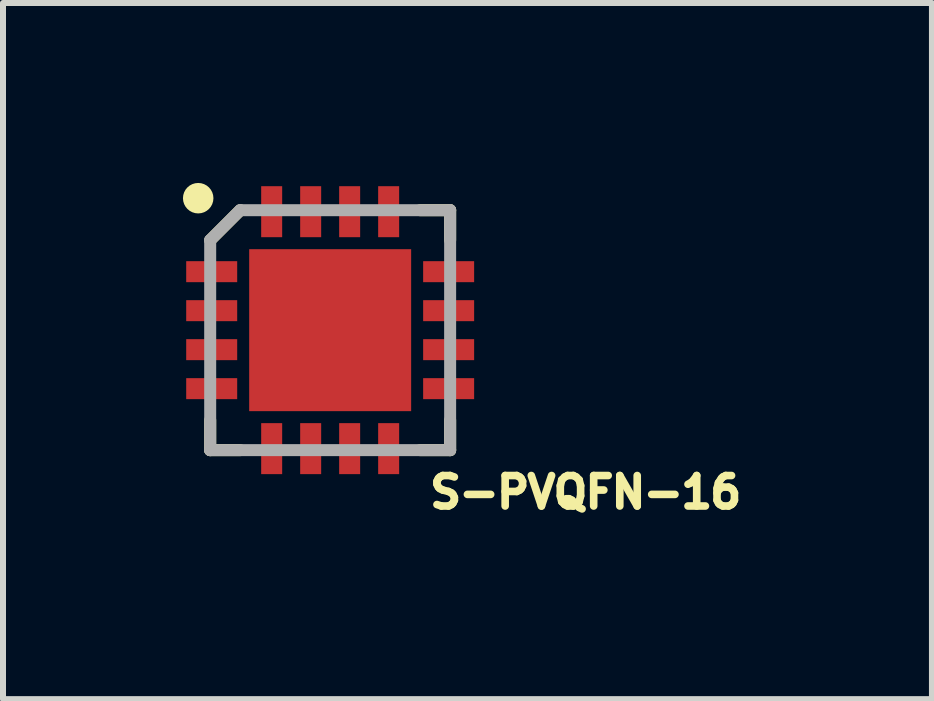
<source format=kicad_pcb>
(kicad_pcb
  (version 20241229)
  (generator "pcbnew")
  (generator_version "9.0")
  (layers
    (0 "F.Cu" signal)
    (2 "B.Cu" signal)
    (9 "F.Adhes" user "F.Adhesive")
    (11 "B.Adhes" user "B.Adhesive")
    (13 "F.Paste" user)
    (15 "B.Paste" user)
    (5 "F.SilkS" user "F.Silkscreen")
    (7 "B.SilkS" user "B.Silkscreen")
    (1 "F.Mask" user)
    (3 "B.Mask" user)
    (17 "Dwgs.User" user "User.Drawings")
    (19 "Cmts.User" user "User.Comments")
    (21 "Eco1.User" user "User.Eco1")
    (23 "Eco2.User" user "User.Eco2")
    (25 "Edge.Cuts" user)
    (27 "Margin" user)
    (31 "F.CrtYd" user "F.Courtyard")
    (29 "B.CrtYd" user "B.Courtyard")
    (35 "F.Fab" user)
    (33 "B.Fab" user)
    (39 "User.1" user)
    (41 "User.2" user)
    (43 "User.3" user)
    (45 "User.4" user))
  (footprint "S-PVQFN-16"
    (layer "F.Cu")
    (at 2.454 2.454)
    (property "Reference" "S-PVQFN-16" (at 1.6 3 0) (layer "F.SilkS") (effects (font (size 0.508 0.508) (thickness 0.127)) (justify left bottom)))
    (fp_line (start -2 1.5) (end -2 2) (stroke (width 0.2) (type solid)) (layer "F.SilkS"))
    (fp_line (start -2 2) (end -1.5 2) (stroke (width 0.2) (type solid)) (layer "F.SilkS"))
    (fp_line (start -1.5 -2) (end -2 -1.5) (stroke (width 0.2) (type solid)) (layer "F.SilkS"))
    (fp_line (start 1.5 2) (end 2 2) (stroke (width 0.2) (type solid)) (layer "F.SilkS"))
    (fp_line (start 2 -2) (end 1.5 -2) (stroke (width 0.2) (type solid)) (layer "F.SilkS"))
    (fp_line (start 2 -1.5) (end 2 -2) (stroke (width 0.2) (type solid)) (layer "F.SilkS"))
    (fp_line (start 2 2) (end 2 1.5) (stroke (width 0.2) (type solid)) (layer "F.SilkS"))
    (fp_circle (center -2.2 -2.2) (end -2.073 -2.2) (stroke (width 0.254) (type solid)) (fill no) (layer "F.SilkS"))
    (fp_poly (pts (xy -0.137 -0.137) (xy -1.264 -0.137) (xy -1.264 -0.726) (xy -0.726 -1.264) (xy -0.137 -1.264)) (stroke (width 0) (type solid)) (fill yes) (layer "F.Paste"))
    (fp_poly (pts (xy -0.137 1.264) (xy -0.726 1.264) (xy -1.264 0.726) (xy -1.264 0.137) (xy -0.137 0.137)) (stroke (width 0) (type solid)) (fill yes) (layer "F.Paste"))
    (fp_poly (pts (xy 1.264 -0.726) (xy 1.264 -0.137) (xy 0.137 -0.137) (xy 0.137 -1.264) (xy 0.726 -1.264)) (stroke (width 0) (type solid)) (fill yes) (layer "F.Paste"))
    (fp_poly (pts (xy 1.264 0.726) (xy 0.726 1.264) (xy 0.137 1.264) (xy 0.137 0.137) (xy 1.264 0.137)) (stroke (width 0) (type solid)) (fill yes) (layer "F.Paste"))
    (fp_line (start -2 2) (end -2 -1.5) (stroke (width 0.2) (type solid)) (layer "F.Fab"))
    (fp_line (start -1.5 -2) (end -2 -1.5) (stroke (width 0.2) (type solid)) (layer "F.Fab"))
    (fp_line (start -1.5 -2) (end 2 -2) (stroke (width 0.2) (type solid)) (layer "F.Fab"))
    (fp_line (start 2 -2) (end 2 2) (stroke (width 0.2) (type solid)) (layer "F.Fab"))
    (fp_line (start 2 2) (end -2 2) (stroke (width 0.2) (type solid)) (layer "F.Fab"))
    (pad "1" smd rect (at -1.975 -0.975 270) (size 0.35 0.85) (layers "F.Cu" "F.Mask" "F.Paste"))
    (pad "2" smd rect (at -1.975 -0.325 270) (size 0.35 0.85) (layers "F.Cu" "F.Mask" "F.Paste"))
    (pad "3" smd rect (at -1.975 0.325 270) (size 0.35 0.85) (layers "F.Cu" "F.Mask" "F.Paste"))
    (pad "4" smd rect (at -1.975 0.975 270) (size 0.35 0.85) (layers "F.Cu" "F.Mask" "F.Paste"))
    (pad "5" smd rect (at -0.975 1.975) (size 0.35 0.85) (layers "F.Cu" "F.Mask" "F.Paste"))
    (pad "6" smd rect (at -0.325 1.975) (size 0.35 0.85) (layers "F.Cu" "F.Mask" "F.Paste"))
    (pad "7" smd rect (at 0.325 1.975) (size 0.35 0.85) (layers "F.Cu" "F.Mask" "F.Paste"))
    (pad "8" smd rect (at 0.975 1.975) (size 0.35 0.85) (layers "F.Cu" "F.Mask" "F.Paste"))
    (pad "9" smd rect (at 1.975 0.975 90) (size 0.35 0.85) (layers "F.Cu" "F.Mask" "F.Paste"))
    (pad "10" smd rect (at 1.975 0.325 90) (size 0.35 0.85) (layers "F.Cu" "F.Mask" "F.Paste"))
    (pad "11" smd rect (at 1.975 -0.325 90) (size 0.35 0.85) (layers "F.Cu" "F.Mask" "F.Paste"))
    (pad "12" smd rect (at 1.975 -0.975 90) (size 0.35 0.85) (layers "F.Cu" "F.Mask" "F.Paste"))
    (pad "13" smd rect (at 0.975 -1.975 180) (size 0.35 0.85) (layers "F.Cu" "F.Mask" "F.Paste"))
    (pad "14" smd rect (at 0.325 -1.975 180) (size 0.35 0.85) (layers "F.Cu" "F.Mask" "F.Paste"))
    (pad "15" smd rect (at -0.325 -1.975 180) (size 0.35 0.85) (layers "F.Cu" "F.Mask" "F.Paste"))
    (pad "16" smd rect (at -0.975 -1.975 180) (size 0.35 0.85) (layers "F.Cu" "F.Mask" "F.Paste"))
    (pad "PAD" smd rect (at 0 0) (size 2.7 2.7) (layers "F.Cu" "F.Mask"))
    (zone (net_name "") (layer "F.Cu") (hatch edge 0.508) (connect_pads) (min_thickness 0.254) (filled_areas_thickness no) (keepout (tracks not_allowed) (vias not_allowed) (pads not_allowed) (copperpour not_allowed) (footprints allowed)) (placement (enabled no)) (fill) (polygon (pts (xy 0.454 0.954) (xy 0.954 0.954) (xy 0.954 0.454) (xy 0.454 0.454)))))
  (gr_rect
    (start -3 -3)
    (end 12.486 8.605)
    (stroke (width 0.1) (type default))
    (fill no)
    (layer "Edge.Cuts")))
</source>
